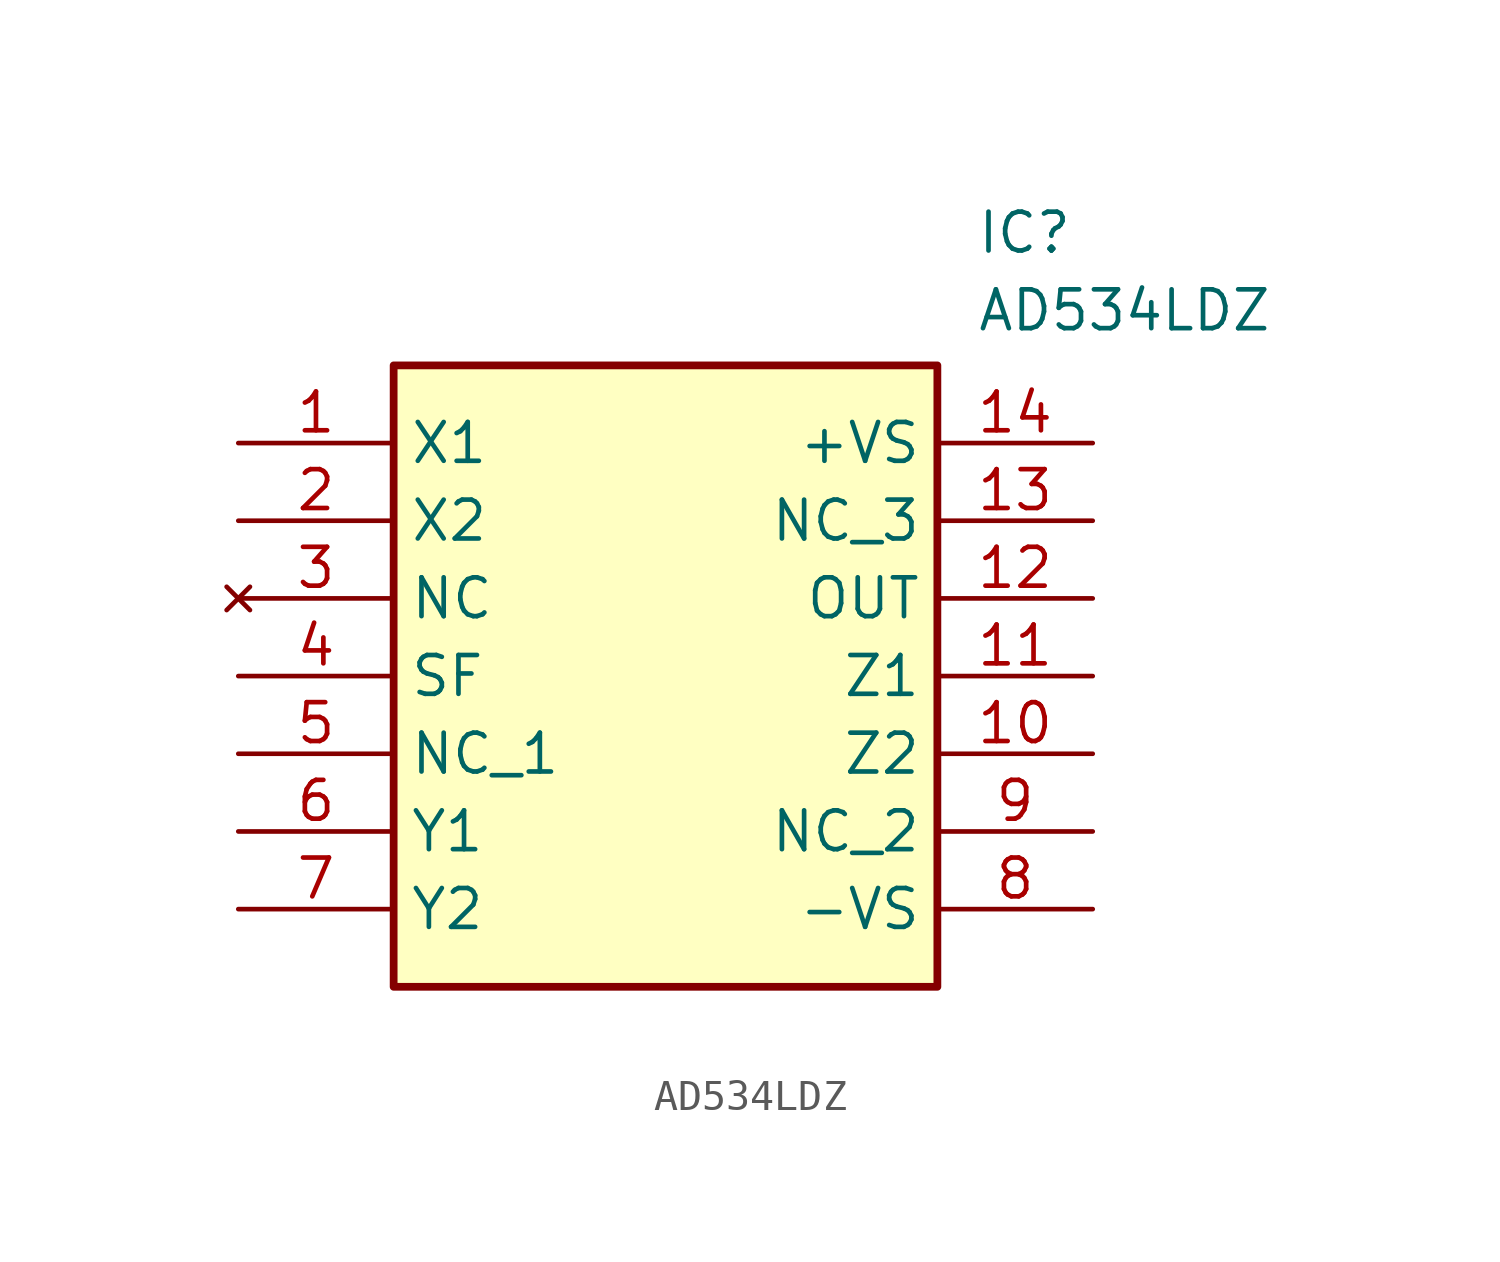
<source format=kicad_sym>
(kicad_symbol_lib
  (version 20211014)
  (generator SamacSys_ECAD_Model)
  (symbol "AD534LDZ"
    (property "Reference" "IC"
      (at 24.13 7.62 0)
      (effects (font (size 1.27 1.27)) (justify left top)))
    (property "Value" "AD534LDZ"
      (at 24.13 5.08 0)
      (effects (font (size 1.27 1.27)) (justify left top)))
    (rectangle
      (start 5.08 2.54)
      (end 22.86 -17.78)
      (stroke (width 0.254) (type default))
      (fill (type background)))
    (pin passive line
      (at 0 0 0)
      (length 5.08)
      (name "X1" (effects (font (size 1.27 1.27))))
      (number "1" (effects (font (size 1.27 1.27)))))
    (pin passive line
      (at 0 -2.54 0)
      (length 5.08)
      (name "X2" (effects (font (size 1.27 1.27))))
      (number "2" (effects (font (size 1.27 1.27)))))
    (pin no_connect line
      (at 0 -5.08 0)
      (length 5.08)
      (name "NC" (effects (font (size 1.27 1.27))))
      (number "3" (effects (font (size 1.27 1.27)))))
    (pin passive line
      (at 0 -7.62 0)
      (length 5.08)
      (name "SF" (effects (font (size 1.27 1.27))))
      (number "4" (effects (font (size 1.27 1.27)))))
    (pin passive line
      (at 0 -10.16 0)
      (length 5.08)
      (name "NC_1" (effects (font (size 1.27 1.27))))
      (number "5" (effects (font (size 1.27 1.27)))))
    (pin passive line
      (at 0 -12.7 0)
      (length 5.08)
      (name "Y1" (effects (font (size 1.27 1.27))))
      (number "6" (effects (font (size 1.27 1.27)))))
    (pin passive line
      (at 0 -15.24 0)
      (length 5.08)
      (name "Y2" (effects (font (size 1.27 1.27))))
      (number "7" (effects (font (size 1.27 1.27)))))
    (pin power_in line
      (at 27.94 0 180)
      (length 5.08)
      (name "+VS" (effects (font (size 1.27 1.27))))
      (number "14" (effects (font (size 1.27 1.27)))))
    (pin passive line
      (at 27.94 -2.54 180)
      (length 5.08)
      (name "NC_3" (effects (font (size 1.27 1.27))))
      (number "13" (effects (font (size 1.27 1.27)))))
    (pin output line
      (at 27.94 -5.08 180)
      (length 5.08)
      (name "OUT" (effects (font (size 1.27 1.27))))
      (number "12" (effects (font (size 1.27 1.27)))))
    (pin passive line
      (at 27.94 -7.62 180)
      (length 5.08)
      (name "Z1" (effects (font (size 1.27 1.27))))
      (number "11" (effects (font (size 1.27 1.27)))))
    (pin passive line
      (at 27.94 -10.16 180)
      (length 5.08)
      (name "Z2" (effects (font (size 1.27 1.27))))
      (number "10" (effects (font (size 1.27 1.27)))))
    (pin passive line
      (at 27.94 -12.7 180)
      (length 5.08)
      (name "NC_2" (effects (font (size 1.27 1.27))))
      (number "9" (effects (font (size 1.27 1.27)))))
    (pin power_in line
      (at 27.94 -15.24 180)
      (length 5.08)
      (name "-VS" (effects (font (size 1.27 1.27))))
      (number "8" (effects (font (size 1.27 1.27)))))))
</source>
